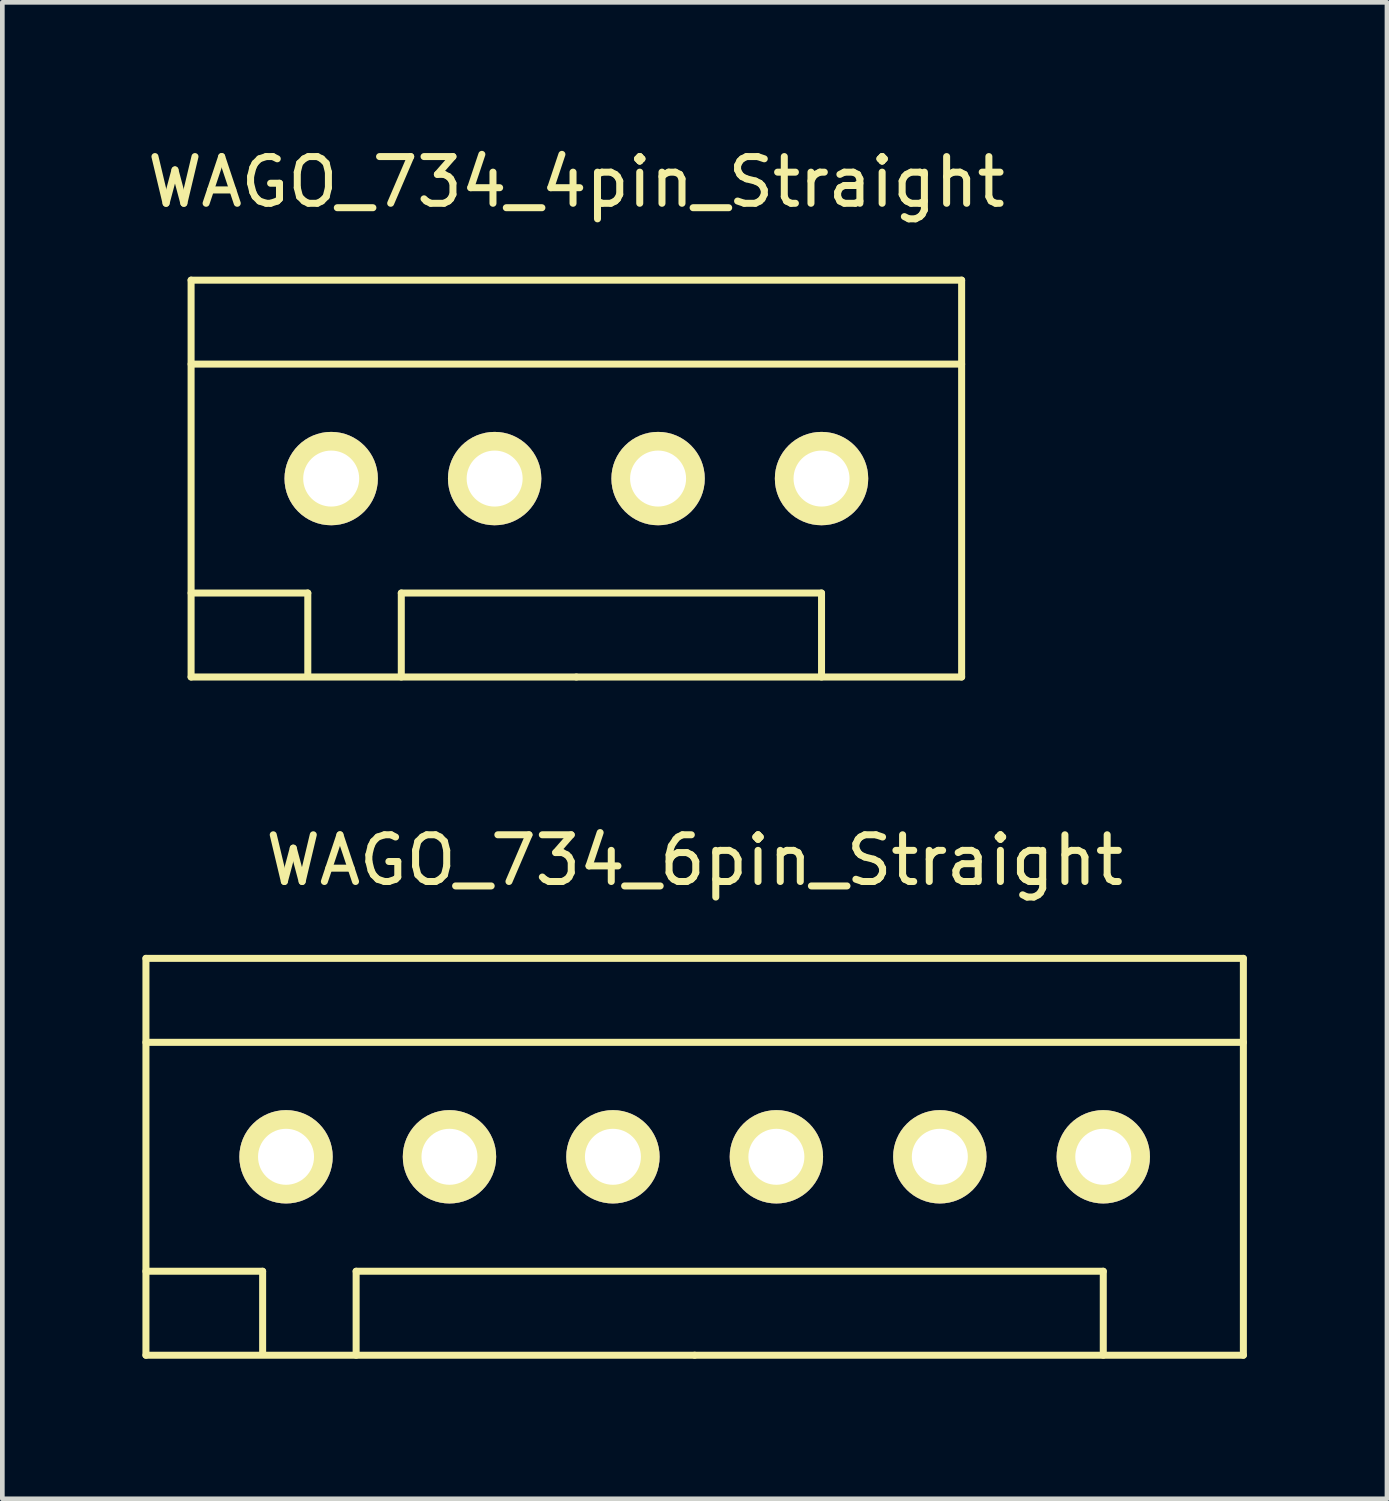
<source format=kicad_pcb>
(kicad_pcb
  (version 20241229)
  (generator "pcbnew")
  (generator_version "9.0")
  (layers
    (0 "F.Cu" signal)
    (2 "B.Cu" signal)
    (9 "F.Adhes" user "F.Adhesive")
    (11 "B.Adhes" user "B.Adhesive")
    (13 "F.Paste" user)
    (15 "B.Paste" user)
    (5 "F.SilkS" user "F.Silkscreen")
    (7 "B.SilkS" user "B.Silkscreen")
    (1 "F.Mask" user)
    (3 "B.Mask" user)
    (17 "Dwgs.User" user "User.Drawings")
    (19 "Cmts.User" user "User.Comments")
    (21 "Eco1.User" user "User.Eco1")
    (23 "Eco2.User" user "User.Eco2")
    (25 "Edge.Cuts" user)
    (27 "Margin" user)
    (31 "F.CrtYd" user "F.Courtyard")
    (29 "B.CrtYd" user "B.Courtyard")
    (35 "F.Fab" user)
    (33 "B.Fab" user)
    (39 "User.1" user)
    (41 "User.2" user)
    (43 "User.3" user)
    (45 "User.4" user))
  (footprint "WAGO_734_6pin_Straight"
    (layer "F.Cu")
    (at 11.825 21.721)
    (property "Reference" "WAGO_734_6pin_Straight" (at 0 -6.35 0) (layer "F.SilkS") (effects (font (size 1 1) (thickness 0.15))))
    (attr through_hole)
    (fp_line (start -11.75 -4.249) (end -11.75 4.249) (stroke (width 0.15) (type solid)) (layer "F.SilkS"))
    (fp_line (start -11.75 -2.451) (end 11.75 -2.451) (stroke (width 0.15) (type solid)) (layer "F.SilkS"))
    (fp_line (start -11.75 2.451) (end -9.251 2.451) (stroke (width 0.15) (type solid)) (layer "F.SilkS"))
    (fp_line (start -11.75 4.249) (end 0 4.249) (stroke (width 0.15) (type solid)) (layer "F.SilkS"))
    (fp_line (start -9.251 2.451) (end -9.251 4.201) (stroke (width 0.15) (type solid)) (layer "F.SilkS"))
    (fp_line (start -7.249 4.249) (end -7.249 2.451) (stroke (width 0.15) (type solid)) (layer "F.SilkS"))
    (fp_line (start 0 4.249) (end 11.75 4.249) (stroke (width 0.15) (type solid)) (layer "F.SilkS"))
    (fp_line (start 8.75 2.451) (end -7.249 2.451) (stroke (width 0.15) (type solid)) (layer "F.SilkS"))
    (fp_line (start 8.75 4.249) (end 8.75 2.451) (stroke (width 0.15) (type solid)) (layer "F.SilkS"))
    (fp_line (start 11.75 -4.249) (end -11.75 -4.249) (stroke (width 0.15) (type solid)) (layer "F.SilkS"))
    (fp_line (start 11.75 4.249) (end 11.75 -4.249) (stroke (width 0.15) (type solid)) (layer "F.SilkS"))
    (pad "1" thru_hole circle (at -8.75 0) (size 1.999 1.999) (drill 1.199) (layers "*.Cu" "*.Mask" "F.SilkS"))
    (pad "2" thru_hole circle (at -5.25 0) (size 1.999 1.999) (drill 1.199) (layers "*.Cu" "*.Mask" "F.SilkS"))
    (pad "3" thru_hole circle (at -1.75 0) (size 1.999 1.999) (drill 1.199) (layers "*.Cu" "*.Mask" "F.SilkS"))
    (pad "4" thru_hole circle (at 1.75 0) (size 1.999 1.999) (drill 1.199) (layers "*.Cu" "*.Mask" "F.SilkS"))
    (pad "5" thru_hole circle (at 5.25 0) (size 1.999 1.999) (drill 1.199) (layers "*.Cu" "*.Mask" "F.SilkS"))
    (pad "6" thru_hole circle (at 8.75 0) (size 1.999 1.999) (drill 1.199) (layers "*.Cu" "*.Mask" "F.SilkS")))
  (footprint "WAGO_734_4pin_Straight"
    (layer "F.Cu")
    (at 9.292 7.198)
    (property "Reference" "WAGO_734_4pin_Straight" (at 0 -6.35 0) (layer "F.SilkS") (effects (font (size 1 1) (thickness 0.15))))
    (attr through_hole)
    (fp_line (start -8.25 -4.249) (end 8.25 -4.249) (stroke (width 0.15) (type solid)) (layer "F.SilkS"))
    (fp_line (start -8.25 -2.451) (end 8.25 -2.451) (stroke (width 0.15) (type solid)) (layer "F.SilkS"))
    (fp_line (start -8.25 2.451) (end -5.751 2.451) (stroke (width 0.15) (type solid)) (layer "F.SilkS"))
    (fp_line (start -8.25 4.249) (end -8.25 -4.249) (stroke (width 0.15) (type solid)) (layer "F.SilkS"))
    (fp_line (start -5.751 2.451) (end -5.751 4.201) (stroke (width 0.15) (type solid)) (layer "F.SilkS"))
    (fp_line (start -3.749 4.249) (end -3.749 2.451) (stroke (width 0.15) (type solid)) (layer "F.SilkS"))
    (fp_line (start 0 4.249) (end -8.25 4.249) (stroke (width 0.15) (type solid)) (layer "F.SilkS"))
    (fp_line (start 5.25 2.451) (end -3.749 2.451) (stroke (width 0.15) (type solid)) (layer "F.SilkS"))
    (fp_line (start 5.25 4.249) (end 5.25 2.451) (stroke (width 0.15) (type solid)) (layer "F.SilkS"))
    (fp_line (start 8.25 -4.249) (end 8.25 4.249) (stroke (width 0.15) (type solid)) (layer "F.SilkS"))
    (fp_line (start 8.25 4.249) (end 0 4.249) (stroke (width 0.15) (type solid)) (layer "F.SilkS"))
    (pad "1" thru_hole circle (at -5.25 0) (size 1.999 1.999) (drill 1.199) (layers "*.Cu" "*.Mask" "F.SilkS"))
    (pad "2" thru_hole circle (at -1.75 0) (size 1.999 1.999) (drill 1.199) (layers "*.Cu" "*.Mask" "F.SilkS"))
    (pad "3" thru_hole circle (at 1.75 0) (size 1.999 1.999) (drill 1.199) (layers "*.Cu" "*.Mask" "F.SilkS"))
    (pad "4" thru_hole circle (at 5.25 0) (size 1.999 1.999) (drill 1.199) (layers "*.Cu" "*.Mask" "F.SilkS")))
  (gr_rect
    (start -3 -3)
    (end 26.65 29.045)
    (stroke (width 0.1) (type default))
    (fill no)
    (layer "Edge.Cuts")))
</source>
